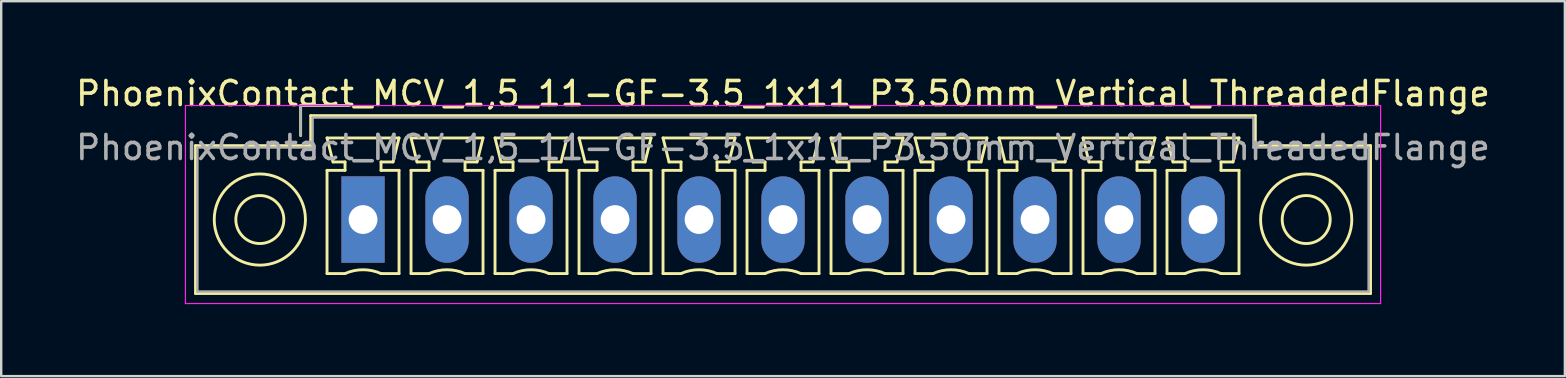
<source format=kicad_pcb>
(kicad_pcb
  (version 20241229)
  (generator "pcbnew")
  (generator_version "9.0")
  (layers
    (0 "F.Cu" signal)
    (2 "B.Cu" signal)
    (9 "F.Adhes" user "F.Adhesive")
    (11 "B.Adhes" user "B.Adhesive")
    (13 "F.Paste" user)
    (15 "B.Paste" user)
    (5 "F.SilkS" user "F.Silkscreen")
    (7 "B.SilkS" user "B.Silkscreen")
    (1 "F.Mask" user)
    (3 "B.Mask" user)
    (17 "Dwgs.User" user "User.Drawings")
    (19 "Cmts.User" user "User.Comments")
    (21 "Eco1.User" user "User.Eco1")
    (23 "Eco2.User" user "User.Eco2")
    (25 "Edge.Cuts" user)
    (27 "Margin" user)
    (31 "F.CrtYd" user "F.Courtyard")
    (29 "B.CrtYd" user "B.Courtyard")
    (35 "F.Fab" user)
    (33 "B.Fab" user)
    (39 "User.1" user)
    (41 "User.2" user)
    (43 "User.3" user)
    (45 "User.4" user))
  (footprint "PhoenixContact_MCV_1,5_11-GF-3.5_1x11_P3.50mm_Vertical_ThreadedFlange"
    (layer "F.Cu")
    (at 12.077 6.098)
    (property "Reference" "PhoenixContact_MCV_1,5_11-GF-3.5_1x11_P3.50mm_Vertical_ThreadedFlange" (at 17.5 -5.25 0) (layer "F.SilkS") (effects (font (size 1 1) (thickness 0.15))))
    (attr through_hole)
    (fp_line (start -6.98 -3.08) (end -6.98 3.08) (stroke (width 0.12) (type solid)) (layer "F.SilkS"))
    (fp_line (start -6.98 3.08) (end 41.98 3.08) (stroke (width 0.12) (type solid)) (layer "F.SilkS"))
    (fp_line (start -2.6 -4.75) (end -0.6 -4.75) (stroke (width 0.12) (type solid)) (layer "F.SilkS"))
    (fp_line (start -2.6 -3.5) (end -2.6 -4.75) (stroke (width 0.12) (type solid)) (layer "F.SilkS"))
    (fp_line (start -2.18 -4.33) (end -2.18 -3.08) (stroke (width 0.12) (type solid)) (layer "F.SilkS"))
    (fp_line (start -2.18 -3.08) (end -6.98 -3.08) (stroke (width 0.12) (type solid)) (layer "F.SilkS"))
    (fp_line (start -1.5 -3.4) (end 1.5 -3.4) (stroke (width 0.12) (type solid)) (layer "F.SilkS"))
    (fp_line (start -1.5 -2.05) (end -0.75 -2.05) (stroke (width 0.12) (type solid)) (layer "F.SilkS"))
    (fp_line (start -1.5 2.25) (end -1.5 -2.05) (stroke (width 0.12) (type solid)) (layer "F.SilkS"))
    (fp_line (start -1.25 -2.4) (end -1.5 -3.4) (stroke (width 0.12) (type solid)) (layer "F.SilkS"))
    (fp_line (start -0.75 -2.4) (end -1.25 -2.4) (stroke (width 0.12) (type solid)) (layer "F.SilkS"))
    (fp_line (start -0.75 -2.05) (end -0.75 -2.4) (stroke (width 0.12) (type solid)) (layer "F.SilkS"))
    (fp_line (start -0.75 2.25) (end -1.5 2.25) (stroke (width 0.12) (type solid)) (layer "F.SilkS"))
    (fp_line (start 0.75 -2.4) (end 0.75 -2.05) (stroke (width 0.12) (type solid)) (layer "F.SilkS"))
    (fp_line (start 0.75 -2.05) (end 1.5 -2.05) (stroke (width 0.12) (type solid)) (layer "F.SilkS"))
    (fp_line (start 1.25 -2.4) (end 0.75 -2.4) (stroke (width 0.12) (type solid)) (layer "F.SilkS"))
    (fp_line (start 1.5 -3.4) (end 1.25 -2.4) (stroke (width 0.12) (type solid)) (layer "F.SilkS"))
    (fp_line (start 1.5 -2.05) (end 1.5 2.25) (stroke (width 0.12) (type solid)) (layer "F.SilkS"))
    (fp_line (start 1.5 2.25) (end 0.75 2.25) (stroke (width 0.12) (type solid)) (layer "F.SilkS"))
    (fp_line (start 2 -3.4) (end 5 -3.4) (stroke (width 0.12) (type solid)) (layer "F.SilkS"))
    (fp_line (start 2 -2.05) (end 2.75 -2.05) (stroke (width 0.12) (type solid)) (layer "F.SilkS"))
    (fp_line (start 2 2.25) (end 2 -2.05) (stroke (width 0.12) (type solid)) (layer "F.SilkS"))
    (fp_line (start 2.25 -2.4) (end 2 -3.4) (stroke (width 0.12) (type solid)) (layer "F.SilkS"))
    (fp_line (start 2.75 -2.4) (end 2.25 -2.4) (stroke (width 0.12) (type solid)) (layer "F.SilkS"))
    (fp_line (start 2.75 -2.05) (end 2.75 -2.4) (stroke (width 0.12) (type solid)) (layer "F.SilkS"))
    (fp_line (start 2.75 2.25) (end 2 2.25) (stroke (width 0.12) (type solid)) (layer "F.SilkS"))
    (fp_line (start 4.25 -2.4) (end 4.25 -2.05) (stroke (width 0.12) (type solid)) (layer "F.SilkS"))
    (fp_line (start 4.25 -2.05) (end 5 -2.05) (stroke (width 0.12) (type solid)) (layer "F.SilkS"))
    (fp_line (start 4.75 -2.4) (end 4.25 -2.4) (stroke (width 0.12) (type solid)) (layer "F.SilkS"))
    (fp_line (start 5 -3.4) (end 4.75 -2.4) (stroke (width 0.12) (type solid)) (layer "F.SilkS"))
    (fp_line (start 5 -2.05) (end 5 2.25) (stroke (width 0.12) (type solid)) (layer "F.SilkS"))
    (fp_line (start 5 2.25) (end 4.25 2.25) (stroke (width 0.12) (type solid)) (layer "F.SilkS"))
    (fp_line (start 5.5 -3.4) (end 8.5 -3.4) (stroke (width 0.12) (type solid)) (layer "F.SilkS"))
    (fp_line (start 5.5 -2.05) (end 6.25 -2.05) (stroke (width 0.12) (type solid)) (layer "F.SilkS"))
    (fp_line (start 5.5 2.25) (end 5.5 -2.05) (stroke (width 0.12) (type solid)) (layer "F.SilkS"))
    (fp_line (start 5.75 -2.4) (end 5.5 -3.4) (stroke (width 0.12) (type solid)) (layer "F.SilkS"))
    (fp_line (start 6.25 -2.4) (end 5.75 -2.4) (stroke (width 0.12) (type solid)) (layer "F.SilkS"))
    (fp_line (start 6.25 -2.05) (end 6.25 -2.4) (stroke (width 0.12) (type solid)) (layer "F.SilkS"))
    (fp_line (start 6.25 2.25) (end 5.5 2.25) (stroke (width 0.12) (type solid)) (layer "F.SilkS"))
    (fp_line (start 7.75 -2.4) (end 7.75 -2.05) (stroke (width 0.12) (type solid)) (layer "F.SilkS"))
    (fp_line (start 7.75 -2.05) (end 8.5 -2.05) (stroke (width 0.12) (type solid)) (layer "F.SilkS"))
    (fp_line (start 8.25 -2.4) (end 7.75 -2.4) (stroke (width 0.12) (type solid)) (layer "F.SilkS"))
    (fp_line (start 8.5 -3.4) (end 8.25 -2.4) (stroke (width 0.12) (type solid)) (layer "F.SilkS"))
    (fp_line (start 8.5 -2.05) (end 8.5 2.25) (stroke (width 0.12) (type solid)) (layer "F.SilkS"))
    (fp_line (start 8.5 2.25) (end 7.75 2.25) (stroke (width 0.12) (type solid)) (layer "F.SilkS"))
    (fp_line (start 9 -3.4) (end 12 -3.4) (stroke (width 0.12) (type solid)) (layer "F.SilkS"))
    (fp_line (start 9 -2.05) (end 9.75 -2.05) (stroke (width 0.12) (type solid)) (layer "F.SilkS"))
    (fp_line (start 9 2.25) (end 9 -2.05) (stroke (width 0.12) (type solid)) (layer "F.SilkS"))
    (fp_line (start 9.25 -2.4) (end 9 -3.4) (stroke (width 0.12) (type solid)) (layer "F.SilkS"))
    (fp_line (start 9.75 -2.4) (end 9.25 -2.4) (stroke (width 0.12) (type solid)) (layer "F.SilkS"))
    (fp_line (start 9.75 -2.05) (end 9.75 -2.4) (stroke (width 0.12) (type solid)) (layer "F.SilkS"))
    (fp_line (start 9.75 2.25) (end 9 2.25) (stroke (width 0.12) (type solid)) (layer "F.SilkS"))
    (fp_line (start 11.25 -2.4) (end 11.25 -2.05) (stroke (width 0.12) (type solid)) (layer "F.SilkS"))
    (fp_line (start 11.25 -2.05) (end 12 -2.05) (stroke (width 0.12) (type solid)) (layer "F.SilkS"))
    (fp_line (start 11.75 -2.4) (end 11.25 -2.4) (stroke (width 0.12) (type solid)) (layer "F.SilkS"))
    (fp_line (start 12 -3.4) (end 11.75 -2.4) (stroke (width 0.12) (type solid)) (layer "F.SilkS"))
    (fp_line (start 12 -2.05) (end 12 2.25) (stroke (width 0.12) (type solid)) (layer "F.SilkS"))
    (fp_line (start 12 2.25) (end 11.25 2.25) (stroke (width 0.12) (type solid)) (layer "F.SilkS"))
    (fp_line (start 12.5 -3.4) (end 15.5 -3.4) (stroke (width 0.12) (type solid)) (layer "F.SilkS"))
    (fp_line (start 12.5 -2.05) (end 13.25 -2.05) (stroke (width 0.12) (type solid)) (layer "F.SilkS"))
    (fp_line (start 12.5 2.25) (end 12.5 -2.05) (stroke (width 0.12) (type solid)) (layer "F.SilkS"))
    (fp_line (start 12.75 -2.4) (end 12.5 -3.4) (stroke (width 0.12) (type solid)) (layer "F.SilkS"))
    (fp_line (start 13.25 -2.4) (end 12.75 -2.4) (stroke (width 0.12) (type solid)) (layer "F.SilkS"))
    (fp_line (start 13.25 -2.05) (end 13.25 -2.4) (stroke (width 0.12) (type solid)) (layer "F.SilkS"))
    (fp_line (start 13.25 2.25) (end 12.5 2.25) (stroke (width 0.12) (type solid)) (layer "F.SilkS"))
    (fp_line (start 14.75 -2.4) (end 14.75 -2.05) (stroke (width 0.12) (type solid)) (layer "F.SilkS"))
    (fp_line (start 14.75 -2.05) (end 15.5 -2.05) (stroke (width 0.12) (type solid)) (layer "F.SilkS"))
    (fp_line (start 15.25 -2.4) (end 14.75 -2.4) (stroke (width 0.12) (type solid)) (layer "F.SilkS"))
    (fp_line (start 15.5 -3.4) (end 15.25 -2.4) (stroke (width 0.12) (type solid)) (layer "F.SilkS"))
    (fp_line (start 15.5 -2.05) (end 15.5 2.25) (stroke (width 0.12) (type solid)) (layer "F.SilkS"))
    (fp_line (start 15.5 2.25) (end 14.75 2.25) (stroke (width 0.12) (type solid)) (layer "F.SilkS"))
    (fp_line (start 16 -3.4) (end 19 -3.4) (stroke (width 0.12) (type solid)) (layer "F.SilkS"))
    (fp_line (start 16 -2.05) (end 16.75 -2.05) (stroke (width 0.12) (type solid)) (layer "F.SilkS"))
    (fp_line (start 16 2.25) (end 16 -2.05) (stroke (width 0.12) (type solid)) (layer "F.SilkS"))
    (fp_line (start 16.25 -2.4) (end 16 -3.4) (stroke (width 0.12) (type solid)) (layer "F.SilkS"))
    (fp_line (start 16.75 -2.4) (end 16.25 -2.4) (stroke (width 0.12) (type solid)) (layer "F.SilkS"))
    (fp_line (start 16.75 -2.05) (end 16.75 -2.4) (stroke (width 0.12) (type solid)) (layer "F.SilkS"))
    (fp_line (start 16.75 2.25) (end 16 2.25) (stroke (width 0.12) (type solid)) (layer "F.SilkS"))
    (fp_line (start 18.25 -2.4) (end 18.25 -2.05) (stroke (width 0.12) (type solid)) (layer "F.SilkS"))
    (fp_line (start 18.25 -2.05) (end 19 -2.05) (stroke (width 0.12) (type solid)) (layer "F.SilkS"))
    (fp_line (start 18.75 -2.4) (end 18.25 -2.4) (stroke (width 0.12) (type solid)) (layer "F.SilkS"))
    (fp_line (start 19 -3.4) (end 18.75 -2.4) (stroke (width 0.12) (type solid)) (layer "F.SilkS"))
    (fp_line (start 19 -2.05) (end 19 2.25) (stroke (width 0.12) (type solid)) (layer "F.SilkS"))
    (fp_line (start 19 2.25) (end 18.25 2.25) (stroke (width 0.12) (type solid)) (layer "F.SilkS"))
    (fp_line (start 19.5 -3.4) (end 22.5 -3.4) (stroke (width 0.12) (type solid)) (layer "F.SilkS"))
    (fp_line (start 19.5 -2.05) (end 20.25 -2.05) (stroke (width 0.12) (type solid)) (layer "F.SilkS"))
    (fp_line (start 19.5 2.25) (end 19.5 -2.05) (stroke (width 0.12) (type solid)) (layer "F.SilkS"))
    (fp_line (start 19.75 -2.4) (end 19.5 -3.4) (stroke (width 0.12) (type solid)) (layer "F.SilkS"))
    (fp_line (start 20.25 -2.4) (end 19.75 -2.4) (stroke (width 0.12) (type solid)) (layer "F.SilkS"))
    (fp_line (start 20.25 -2.05) (end 20.25 -2.4) (stroke (width 0.12) (type solid)) (layer "F.SilkS"))
    (fp_line (start 20.25 2.25) (end 19.5 2.25) (stroke (width 0.12) (type solid)) (layer "F.SilkS"))
    (fp_line (start 21.75 -2.4) (end 21.75 -2.05) (stroke (width 0.12) (type solid)) (layer "F.SilkS"))
    (fp_line (start 21.75 -2.05) (end 22.5 -2.05) (stroke (width 0.12) (type solid)) (layer "F.SilkS"))
    (fp_line (start 22.25 -2.4) (end 21.75 -2.4) (stroke (width 0.12) (type solid)) (layer "F.SilkS"))
    (fp_line (start 22.5 -3.4) (end 22.25 -2.4) (stroke (width 0.12) (type solid)) (layer "F.SilkS"))
    (fp_line (start 22.5 -2.05) (end 22.5 2.25) (stroke (width 0.12) (type solid)) (layer "F.SilkS"))
    (fp_line (start 22.5 2.25) (end 21.75 2.25) (stroke (width 0.12) (type solid)) (layer "F.SilkS"))
    (fp_line (start 23 -3.4) (end 26 -3.4) (stroke (width 0.12) (type solid)) (layer "F.SilkS"))
    (fp_line (start 23 -2.05) (end 23.75 -2.05) (stroke (width 0.12) (type solid)) (layer "F.SilkS"))
    (fp_line (start 23 2.25) (end 23 -2.05) (stroke (width 0.12) (type solid)) (layer "F.SilkS"))
    (fp_line (start 23.25 -2.4) (end 23 -3.4) (stroke (width 0.12) (type solid)) (layer "F.SilkS"))
    (fp_line (start 23.75 -2.4) (end 23.25 -2.4) (stroke (width 0.12) (type solid)) (layer "F.SilkS"))
    (fp_line (start 23.75 -2.05) (end 23.75 -2.4) (stroke (width 0.12) (type solid)) (layer "F.SilkS"))
    (fp_line (start 23.75 2.25) (end 23 2.25) (stroke (width 0.12) (type solid)) (layer "F.SilkS"))
    (fp_line (start 25.25 -2.4) (end 25.25 -2.05) (stroke (width 0.12) (type solid)) (layer "F.SilkS"))
    (fp_line (start 25.25 -2.05) (end 26 -2.05) (stroke (width 0.12) (type solid)) (layer "F.SilkS"))
    (fp_line (start 25.75 -2.4) (end 25.25 -2.4) (stroke (width 0.12) (type solid)) (layer "F.SilkS"))
    (fp_line (start 26 -3.4) (end 25.75 -2.4) (stroke (width 0.12) (type solid)) (layer "F.SilkS"))
    (fp_line (start 26 -2.05) (end 26 2.25) (stroke (width 0.12) (type solid)) (layer "F.SilkS"))
    (fp_line (start 26 2.25) (end 25.25 2.25) (stroke (width 0.12) (type solid)) (layer "F.SilkS"))
    (fp_line (start 26.5 -3.4) (end 29.5 -3.4) (stroke (width 0.12) (type solid)) (layer "F.SilkS"))
    (fp_line (start 26.5 -2.05) (end 27.25 -2.05) (stroke (width 0.12) (type solid)) (layer "F.SilkS"))
    (fp_line (start 26.5 2.25) (end 26.5 -2.05) (stroke (width 0.12) (type solid)) (layer "F.SilkS"))
    (fp_line (start 26.75 -2.4) (end 26.5 -3.4) (stroke (width 0.12) (type solid)) (layer "F.SilkS"))
    (fp_line (start 27.25 -2.4) (end 26.75 -2.4) (stroke (width 0.12) (type solid)) (layer "F.SilkS"))
    (fp_line (start 27.25 -2.05) (end 27.25 -2.4) (stroke (width 0.12) (type solid)) (layer "F.SilkS"))
    (fp_line (start 27.25 2.25) (end 26.5 2.25) (stroke (width 0.12) (type solid)) (layer "F.SilkS"))
    (fp_line (start 28.75 -2.4) (end 28.75 -2.05) (stroke (width 0.12) (type solid)) (layer "F.SilkS"))
    (fp_line (start 28.75 -2.05) (end 29.5 -2.05) (stroke (width 0.12) (type solid)) (layer "F.SilkS"))
    (fp_line (start 29.25 -2.4) (end 28.75 -2.4) (stroke (width 0.12) (type solid)) (layer "F.SilkS"))
    (fp_line (start 29.5 -3.4) (end 29.25 -2.4) (stroke (width 0.12) (type solid)) (layer "F.SilkS"))
    (fp_line (start 29.5 -2.05) (end 29.5 2.25) (stroke (width 0.12) (type solid)) (layer "F.SilkS"))
    (fp_line (start 29.5 2.25) (end 28.75 2.25) (stroke (width 0.12) (type solid)) (layer "F.SilkS"))
    (fp_line (start 30 -3.4) (end 33 -3.4) (stroke (width 0.12) (type solid)) (layer "F.SilkS"))
    (fp_line (start 30 -2.05) (end 30.75 -2.05) (stroke (width 0.12) (type solid)) (layer "F.SilkS"))
    (fp_line (start 30 2.25) (end 30 -2.05) (stroke (width 0.12) (type solid)) (layer "F.SilkS"))
    (fp_line (start 30.25 -2.4) (end 30 -3.4) (stroke (width 0.12) (type solid)) (layer "F.SilkS"))
    (fp_line (start 30.75 -2.4) (end 30.25 -2.4) (stroke (width 0.12) (type solid)) (layer "F.SilkS"))
    (fp_line (start 30.75 -2.05) (end 30.75 -2.4) (stroke (width 0.12) (type solid)) (layer "F.SilkS"))
    (fp_line (start 30.75 2.25) (end 30 2.25) (stroke (width 0.12) (type solid)) (layer "F.SilkS"))
    (fp_line (start 32.25 -2.4) (end 32.25 -2.05) (stroke (width 0.12) (type solid)) (layer "F.SilkS"))
    (fp_line (start 32.25 -2.05) (end 33 -2.05) (stroke (width 0.12) (type solid)) (layer "F.SilkS"))
    (fp_line (start 32.75 -2.4) (end 32.25 -2.4) (stroke (width 0.12) (type solid)) (layer "F.SilkS"))
    (fp_line (start 33 -3.4) (end 32.75 -2.4) (stroke (width 0.12) (type solid)) (layer "F.SilkS"))
    (fp_line (start 33 -2.05) (end 33 2.25) (stroke (width 0.12) (type solid)) (layer "F.SilkS"))
    (fp_line (start 33 2.25) (end 32.25 2.25) (stroke (width 0.12) (type solid)) (layer "F.SilkS"))
    (fp_line (start 33.5 -3.4) (end 36.5 -3.4) (stroke (width 0.12) (type solid)) (layer "F.SilkS"))
    (fp_line (start 33.5 -2.05) (end 34.25 -2.05) (stroke (width 0.12) (type solid)) (layer "F.SilkS"))
    (fp_line (start 33.5 2.25) (end 33.5 -2.05) (stroke (width 0.12) (type solid)) (layer "F.SilkS"))
    (fp_line (start 33.75 -2.4) (end 33.5 -3.4) (stroke (width 0.12) (type solid)) (layer "F.SilkS"))
    (fp_line (start 34.25 -2.4) (end 33.75 -2.4) (stroke (width 0.12) (type solid)) (layer "F.SilkS"))
    (fp_line (start 34.25 -2.05) (end 34.25 -2.4) (stroke (width 0.12) (type solid)) (layer "F.SilkS"))
    (fp_line (start 34.25 2.25) (end 33.5 2.25) (stroke (width 0.12) (type solid)) (layer "F.SilkS"))
    (fp_line (start 35.75 -2.4) (end 35.75 -2.05) (stroke (width 0.12) (type solid)) (layer "F.SilkS"))
    (fp_line (start 35.75 -2.05) (end 36.5 -2.05) (stroke (width 0.12) (type solid)) (layer "F.SilkS"))
    (fp_line (start 36.25 -2.4) (end 35.75 -2.4) (stroke (width 0.12) (type solid)) (layer "F.SilkS"))
    (fp_line (start 36.5 -3.4) (end 36.25 -2.4) (stroke (width 0.12) (type solid)) (layer "F.SilkS"))
    (fp_line (start 36.5 -2.05) (end 36.5 2.25) (stroke (width 0.12) (type solid)) (layer "F.SilkS"))
    (fp_line (start 36.5 2.25) (end 35.75 2.25) (stroke (width 0.12) (type solid)) (layer "F.SilkS"))
    (fp_line (start 37.18 -4.33) (end -2.18 -4.33) (stroke (width 0.12) (type solid)) (layer "F.SilkS"))
    (fp_line (start 37.18 -3.08) (end 37.18 -4.33) (stroke (width 0.12) (type solid)) (layer "F.SilkS"))
    (fp_line (start 41.98 -3.08) (end 37.18 -3.08) (stroke (width 0.12) (type solid)) (layer "F.SilkS"))
    (fp_line (start 41.98 3.08) (end 41.98 -3.08) (stroke (width 0.12) (type solid)) (layer "F.SilkS"))
    (fp_arc (start -0.75 2.25) (mid -0.000193 2.09191) (end 0.749647 2.249844) (stroke (width 0.12) (type solid)) (layer "F.SilkS"))
    (fp_arc (start 2.75 2.25) (mid 3.499807 2.09191) (end 4.249647 2.249844) (stroke (width 0.12) (type solid)) (layer "F.SilkS"))
    (fp_arc (start 6.25 2.25) (mid 6.999807 2.09191) (end 7.749647 2.249844) (stroke (width 0.12) (type solid)) (layer "F.SilkS"))
    (fp_arc (start 9.75 2.25) (mid 10.499807 2.09191) (end 11.249647 2.249844) (stroke (width 0.12) (type solid)) (layer "F.SilkS"))
    (fp_arc (start 13.25 2.25) (mid 13.999807 2.09191) (end 14.749647 2.249844) (stroke (width 0.12) (type solid)) (layer "F.SilkS"))
    (fp_arc (start 16.75 2.25) (mid 17.499807 2.09191) (end 18.249647 2.249844) (stroke (width 0.12) (type solid)) (layer "F.SilkS"))
    (fp_arc (start 20.25 2.25) (mid 20.999807 2.09191) (end 21.749647 2.249844) (stroke (width 0.12) (type solid)) (layer "F.SilkS"))
    (fp_arc (start 23.75 2.25) (mid 24.499807 2.09191) (end 25.249647 2.249844) (stroke (width 0.12) (type solid)) (layer "F.SilkS"))
    (fp_arc (start 27.25 2.25) (mid 27.999807 2.09191) (end 28.749647 2.249844) (stroke (width 0.12) (type solid)) (layer "F.SilkS"))
    (fp_arc (start 30.75 2.25) (mid 31.499807 2.09191) (end 32.249647 2.249844) (stroke (width 0.12) (type solid)) (layer "F.SilkS"))
    (fp_arc (start 34.25 2.25) (mid 34.999807 2.09191) (end 35.749647 2.249844) (stroke (width 0.12) (type solid)) (layer "F.SilkS"))
    (fp_circle (center -4.3 0) (end -3.3 0) (stroke (width 0.12) (type solid)) (fill no) (layer "F.SilkS"))
    (fp_circle (center -4.3 0) (end -2.4 0) (stroke (width 0.12) (type solid)) (fill no) (layer "F.SilkS"))
    (fp_circle (center 39.3 0) (end 40.3 0) (stroke (width 0.12) (type solid)) (fill no) (layer "F.SilkS"))
    (fp_circle (center 39.3 0) (end 41.2 0) (stroke (width 0.12) (type solid)) (fill no) (layer "F.SilkS"))
    (fp_line (start -7.4 -4.75) (end -7.4 3.5) (stroke (width 0.05) (type solid)) (layer "F.CrtYd"))
    (fp_line (start -7.4 3.5) (end 42.4 3.5) (stroke (width 0.05) (type solid)) (layer "F.CrtYd"))
    (fp_line (start 42.4 -4.75) (end -7.4 -4.75) (stroke (width 0.05) (type solid)) (layer "F.CrtYd"))
    (fp_line (start 42.4 3.5) (end 42.4 -4.75) (stroke (width 0.05) (type solid)) (layer "F.CrtYd"))
    (fp_line (start -6.9 -3) (end -6.9 3) (stroke (width 0.1) (type solid)) (layer "F.Fab"))
    (fp_line (start -6.9 3) (end 41.9 3) (stroke (width 0.1) (type solid)) (layer "F.Fab"))
    (fp_line (start -2.6 -4.75) (end -0.6 -4.75) (stroke (width 0.1) (type solid)) (layer "F.Fab"))
    (fp_line (start -2.6 -3.5) (end -2.6 -4.75) (stroke (width 0.1) (type solid)) (layer "F.Fab"))
    (fp_line (start -2.1 -4.25) (end -2.1 -3) (stroke (width 0.1) (type solid)) (layer "F.Fab"))
    (fp_line (start -2.1 -3) (end -6.9 -3) (stroke (width 0.1) (type solid)) (layer "F.Fab"))
    (fp_line (start 37.1 -4.25) (end -2.1 -4.25) (stroke (width 0.1) (type solid)) (layer "F.Fab"))
    (fp_line (start 37.1 -3) (end 37.1 -4.25) (stroke (width 0.1) (type solid)) (layer "F.Fab"))
    (fp_line (start 41.9 -3) (end 37.1 -3) (stroke (width 0.1) (type solid)) (layer "F.Fab"))
    (fp_line (start 41.9 3) (end 41.9 -3) (stroke (width 0.1) (type solid)) (layer "F.Fab"))
    (fp_text user "${REFERENCE}" (at 17.5 -3 0) (layer "F.Fab") (effects (font (size 1 1) (thickness 0.15))))
    (pad "1" thru_hole rect (at 0 0) (size 1.8 3.6) (drill 1.2) (layers "*.Cu" "*.Mask"))
    (pad "2" thru_hole oval (at 3.5 0) (size 1.8 3.6) (drill 1.2) (layers "*.Cu" "*.Mask"))
    (pad "3" thru_hole oval (at 7 0) (size 1.8 3.6) (drill 1.2) (layers "*.Cu" "*.Mask"))
    (pad "4" thru_hole oval (at 10.5 0) (size 1.8 3.6) (drill 1.2) (layers "*.Cu" "*.Mask"))
    (pad "5" thru_hole oval (at 14 0) (size 1.8 3.6) (drill 1.2) (layers "*.Cu" "*.Mask"))
    (pad "6" thru_hole oval (at 17.5 0) (size 1.8 3.6) (drill 1.2) (layers "*.Cu" "*.Mask"))
    (pad "7" thru_hole oval (at 21 0) (size 1.8 3.6) (drill 1.2) (layers "*.Cu" "*.Mask"))
    (pad "8" thru_hole oval (at 24.5 0) (size 1.8 3.6) (drill 1.2) (layers "*.Cu" "*.Mask"))
    (pad "9" thru_hole oval (at 28 0) (size 1.8 3.6) (drill 1.2) (layers "*.Cu" "*.Mask"))
    (pad "10" thru_hole oval (at 31.5 0) (size 1.8 3.6) (drill 1.2) (layers "*.Cu" "*.Mask"))
    (pad "11" thru_hole oval (at 35 0) (size 1.8 3.6) (drill 1.2) (layers "*.Cu" "*.Mask")))
  (gr_rect
    (start -3 -3)
    (end 62.155 12.623)
    (stroke (width 0.1) (type default))
    (fill no)
    (layer "Edge.Cuts")))
</source>
